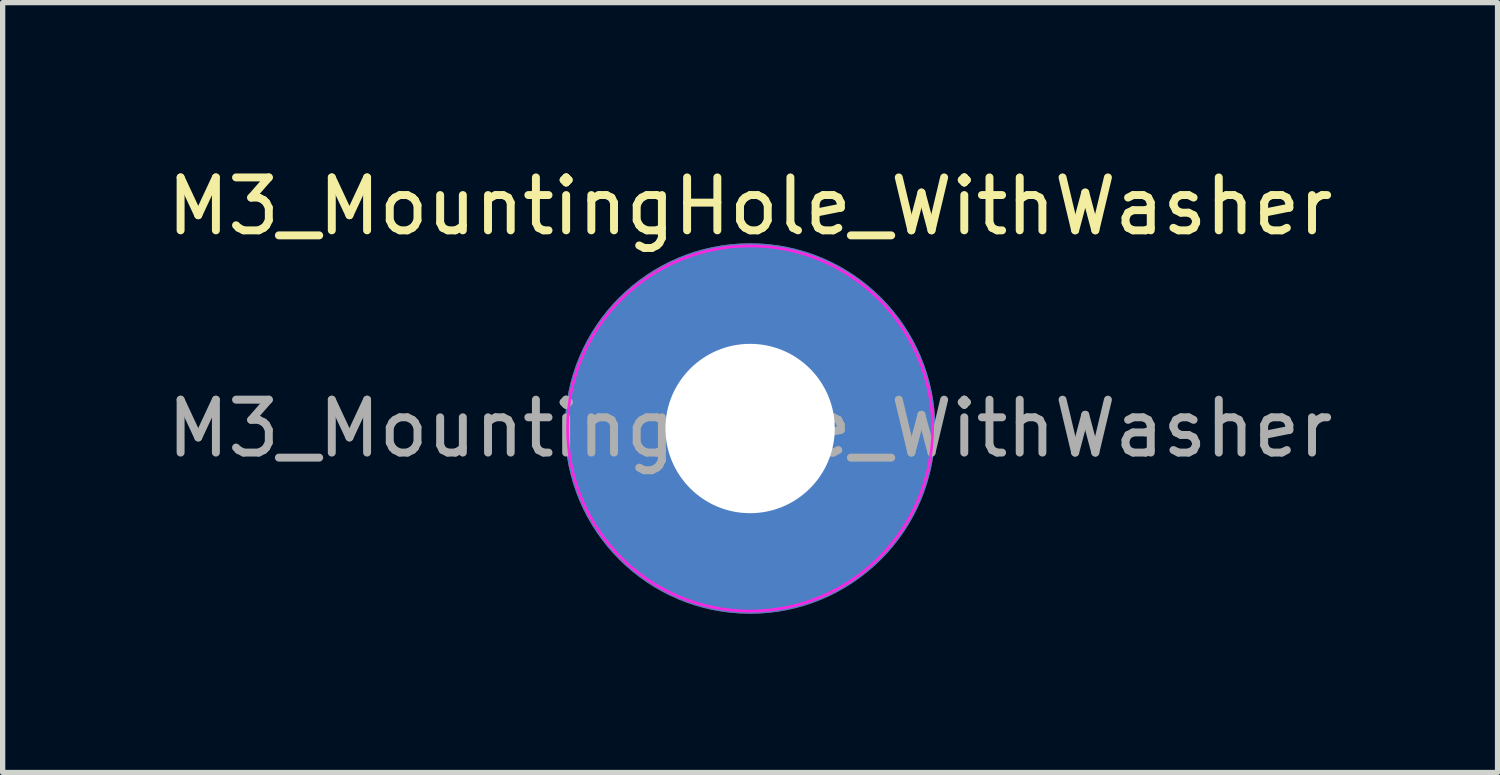
<source format=kicad_pcb>
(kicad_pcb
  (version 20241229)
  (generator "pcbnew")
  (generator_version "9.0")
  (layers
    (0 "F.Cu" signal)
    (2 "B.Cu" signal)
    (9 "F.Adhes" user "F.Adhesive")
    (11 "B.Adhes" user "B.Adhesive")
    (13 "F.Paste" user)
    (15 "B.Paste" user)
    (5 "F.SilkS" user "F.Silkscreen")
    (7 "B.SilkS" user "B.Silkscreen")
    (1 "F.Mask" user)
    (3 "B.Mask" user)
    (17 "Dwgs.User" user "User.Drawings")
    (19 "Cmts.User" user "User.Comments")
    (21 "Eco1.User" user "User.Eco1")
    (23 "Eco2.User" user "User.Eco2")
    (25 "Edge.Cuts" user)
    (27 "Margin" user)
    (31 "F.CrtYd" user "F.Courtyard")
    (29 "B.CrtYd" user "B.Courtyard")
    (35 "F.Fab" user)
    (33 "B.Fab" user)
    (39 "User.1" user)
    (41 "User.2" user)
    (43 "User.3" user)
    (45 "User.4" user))
  (footprint "M3_MountingHole_WithWasher"
    (layer "F.Cu")
    (at 11.125 5.048)
    (property "Reference" "M3_MountingHole_WithWasher" (at 0 -4.2 0) (layer "F.SilkS") (effects (font (size 1 1) (thickness 0.15))))
    (attr exclude_from_pos_files exclude_from_bom)
    (fp_circle (center 0 0) (end 3.45 0) (stroke (width 0.05) (type solid)) (fill no) (layer "F.CrtYd"))
    (fp_text user "${REFERENCE}" (at 0 0 0) (layer "F.Fab") (effects (font (size 1 1) (thickness 0.15))))
    (pad "1" thru_hole circle (at 0 0) (size 7 7) (drill 3.2) (layers "*.Cu" "*.Mask")))
  (gr_rect
    (start -3 -3)
    (end 25.25 11.548)
    (stroke (width 0.1) (type default))
    (fill no)
    (layer "Edge.Cuts")))
</source>
